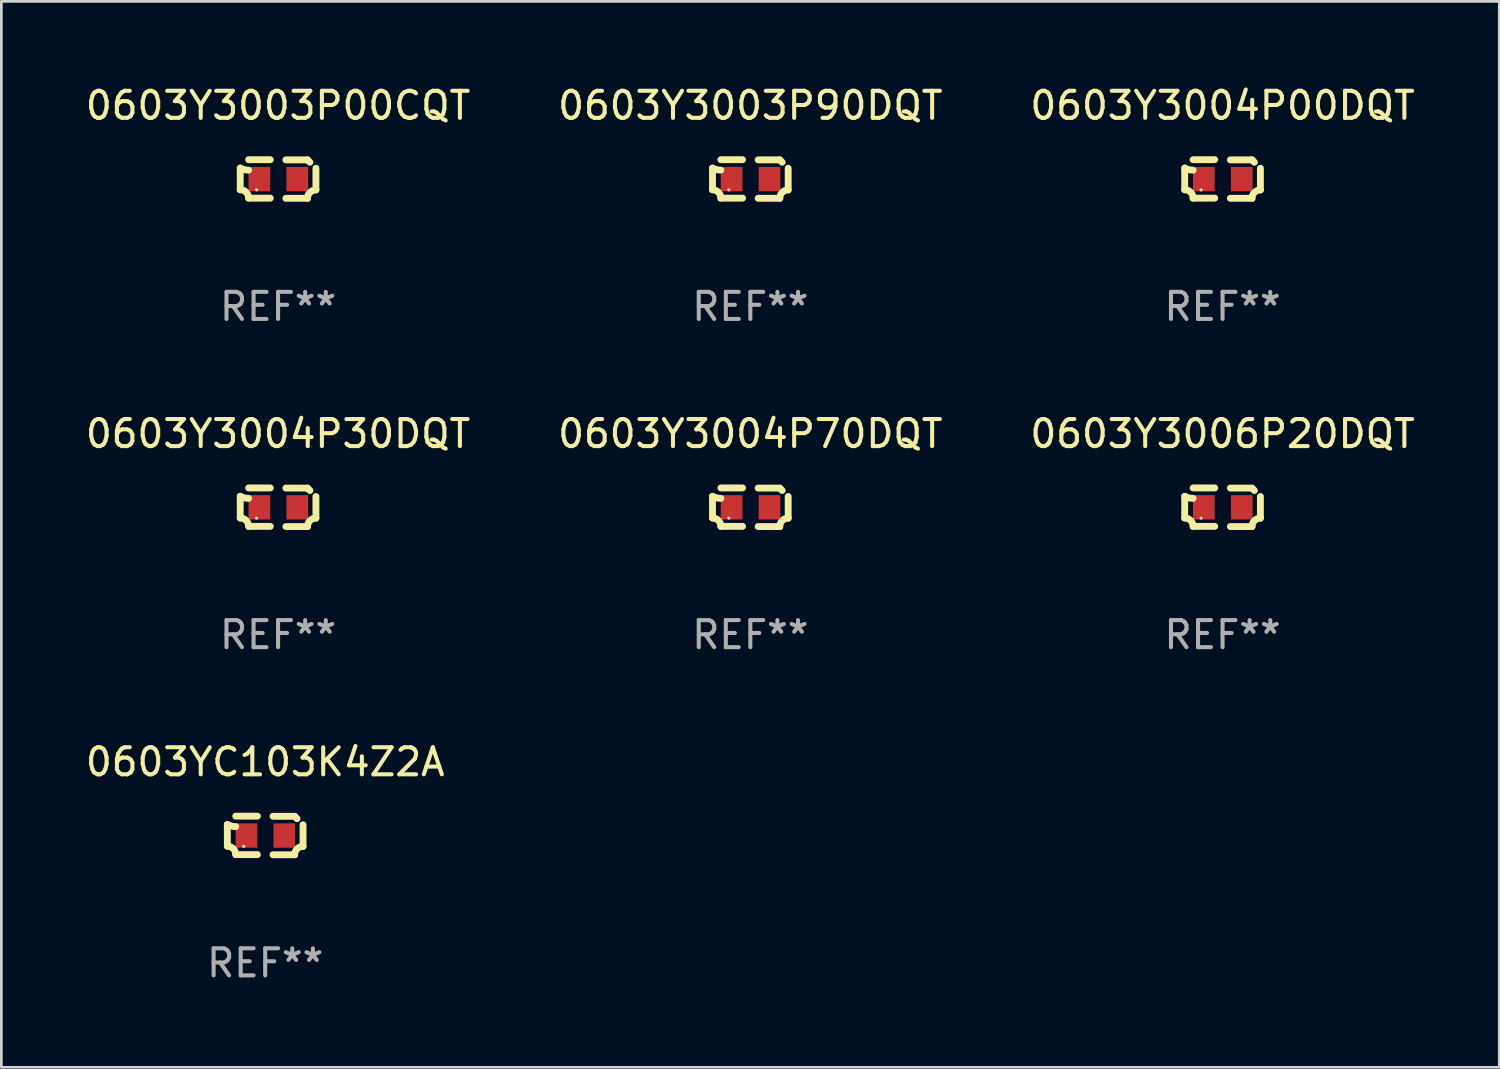
<source format=kicad_pcb>
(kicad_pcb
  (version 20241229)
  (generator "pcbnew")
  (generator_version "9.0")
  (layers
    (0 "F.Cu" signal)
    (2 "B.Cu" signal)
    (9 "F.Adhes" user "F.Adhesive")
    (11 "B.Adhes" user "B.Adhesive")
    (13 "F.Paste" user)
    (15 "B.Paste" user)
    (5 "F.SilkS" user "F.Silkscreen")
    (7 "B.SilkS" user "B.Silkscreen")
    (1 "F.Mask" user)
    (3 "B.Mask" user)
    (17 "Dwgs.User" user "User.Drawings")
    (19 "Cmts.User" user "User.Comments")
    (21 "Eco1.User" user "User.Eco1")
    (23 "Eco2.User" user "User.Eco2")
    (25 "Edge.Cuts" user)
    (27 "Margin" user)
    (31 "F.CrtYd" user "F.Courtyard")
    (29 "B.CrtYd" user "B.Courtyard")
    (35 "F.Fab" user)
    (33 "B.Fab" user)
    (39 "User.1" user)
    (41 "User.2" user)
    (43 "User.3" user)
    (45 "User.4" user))
  (footprint "0603Y3003P90DQT"
    (layer "F.Cu")
    (at 24.661 3.561)
    (property "Reference" "0603Y3003P90DQT" (at 0 -2.713 0) (layer "F.SilkS") (effects (font (size 1 1) (thickness 0.15))))
    (attr through_hole)
    (fp_line (start -1.398 -0.403) (end -1.398 0.397) (stroke (width 0.254) (type solid)) (layer "F.SilkS"))
    (fp_line (start -0.288 -0.713) (end -1.088 -0.713) (stroke (width 0.254) (type solid)) (layer "F.SilkS"))
    (fp_line (start -0.288 0.707) (end -1.088 0.707) (stroke (width 0.254) (type solid)) (layer "F.SilkS"))
    (fp_line (start 0.288 -0.707) (end 1.088 -0.707) (stroke (width 0.254) (type solid)) (layer "F.SilkS"))
    (fp_line (start 0.288 0.713) (end 1.088 0.713) (stroke (width 0.254) (type solid)) (layer "F.SilkS"))
    (fp_line (start 1.398 -0.397) (end 1.398 0.403) (stroke (width 0.254) (type solid)) (layer "F.SilkS"))
    (fp_arc (start -1.397789 0.397066) (mid -1.178701 0.487826) (end -1.08796 0.706922) (stroke (width 0.254001) (type solid)) (layer "F.SilkS"))
    (fp_arc (start -1.08796 -0.327176) (mid -1.247436 -0.346384) (end -1.39779 -0.402908) (stroke (width 0.254001) (type solid)) (layer "F.SilkS"))
    (fp_arc (start 1.087909 0.712738) (mid 1.178656 0.493655) (end 1.397739 0.402908) (stroke (width 0.254001) (type solid)) (layer "F.SilkS"))
    (fp_arc (start 1.175925 -0.618926) (mid 1.131917 -0.662923) (end 1.08791 -0.706922) (stroke (width 0.254001) (type solid)) (layer "F.SilkS"))
    (fp_circle (center -0.792 0.403) (end -0.762 0.403) (stroke (width 0.06) (type solid)) (fill no) (layer "F.SilkS"))
    (fp_text user "REF**" (at 0 4.713 0) (layer "F.Fab") (effects (font (size 1 1) (thickness 0.15))))
    (pad "1" smd rect (at -0.692 0.003) (size 0.8 0.9) (layers "F.Cu" "F.Mask" "F.Paste"))
    (pad "2" smd rect (at 0.708 0.003) (size 0.8 0.9) (layers "F.Cu" "F.Mask" "F.Paste")))
  (footprint "0603Y3004P70DQT"
    (layer "F.Cu")
    (at 24.661 15.683)
    (property "Reference" "0603Y3004P70DQT" (at 0 -2.713 0) (layer "F.SilkS") (effects (font (size 1 1) (thickness 0.15))))
    (attr through_hole)
    (fp_line (start -1.398 -0.403) (end -1.398 0.397) (stroke (width 0.254) (type solid)) (layer "F.SilkS"))
    (fp_line (start -0.288 -0.713) (end -1.088 -0.713) (stroke (width 0.254) (type solid)) (layer "F.SilkS"))
    (fp_line (start -0.288 0.707) (end -1.088 0.707) (stroke (width 0.254) (type solid)) (layer "F.SilkS"))
    (fp_line (start 0.288 -0.707) (end 1.088 -0.707) (stroke (width 0.254) (type solid)) (layer "F.SilkS"))
    (fp_line (start 0.288 0.713) (end 1.088 0.713) (stroke (width 0.254) (type solid)) (layer "F.SilkS"))
    (fp_line (start 1.398 -0.397) (end 1.398 0.403) (stroke (width 0.254) (type solid)) (layer "F.SilkS"))
    (fp_arc (start -1.397789 0.397066) (mid -1.178701 0.487826) (end -1.08796 0.706922) (stroke (width 0.254001) (type solid)) (layer "F.SilkS"))
    (fp_arc (start -1.08796 -0.327176) (mid -1.247436 -0.346384) (end -1.39779 -0.402908) (stroke (width 0.254001) (type solid)) (layer "F.SilkS"))
    (fp_arc (start 1.087909 0.712738) (mid 1.178656 0.493655) (end 1.397739 0.402908) (stroke (width 0.254001) (type solid)) (layer "F.SilkS"))
    (fp_arc (start 1.175925 -0.618926) (mid 1.131917 -0.662923) (end 1.08791 -0.706922) (stroke (width 0.254001) (type solid)) (layer "F.SilkS"))
    (fp_circle (center -0.792 0.403) (end -0.762 0.403) (stroke (width 0.06) (type solid)) (fill no) (layer "F.SilkS"))
    (fp_text user "REF**" (at 0 4.713 0) (layer "F.Fab") (effects (font (size 1 1) (thickness 0.15))))
    (pad "1" smd rect (at -0.692 0.003) (size 0.8 0.9) (layers "F.Cu" "F.Mask" "F.Paste"))
    (pad "2" smd rect (at 0.708 0.003) (size 0.8 0.9) (layers "F.Cu" "F.Mask" "F.Paste")))
  (footprint "0603YC103K4Z2A"
    (layer "F.Cu")
    (at 6.744 27.805)
    (property "Reference" "0603YC103K4Z2A" (at 0 -2.713 0) (layer "F.SilkS") (effects (font (size 1 1) (thickness 0.15))))
    (attr through_hole)
    (fp_line (start -1.398 -0.403) (end -1.398 0.397) (stroke (width 0.254) (type solid)) (layer "F.SilkS"))
    (fp_line (start -0.288 -0.713) (end -1.088 -0.713) (stroke (width 0.254) (type solid)) (layer "F.SilkS"))
    (fp_line (start -0.288 0.707) (end -1.088 0.707) (stroke (width 0.254) (type solid)) (layer "F.SilkS"))
    (fp_line (start 0.288 -0.707) (end 1.088 -0.707) (stroke (width 0.254) (type solid)) (layer "F.SilkS"))
    (fp_line (start 0.288 0.713) (end 1.088 0.713) (stroke (width 0.254) (type solid)) (layer "F.SilkS"))
    (fp_line (start 1.398 -0.397) (end 1.398 0.403) (stroke (width 0.254) (type solid)) (layer "F.SilkS"))
    (fp_arc (start -1.397789 0.397066) (mid -1.178701 0.487826) (end -1.08796 0.706922) (stroke (width 0.254001) (type solid)) (layer "F.SilkS"))
    (fp_arc (start -1.08796 -0.327176) (mid -1.247436 -0.346384) (end -1.39779 -0.402908) (stroke (width 0.254001) (type solid)) (layer "F.SilkS"))
    (fp_arc (start 1.087909 0.712738) (mid 1.178656 0.493655) (end 1.397739 0.402908) (stroke (width 0.254001) (type solid)) (layer "F.SilkS"))
    (fp_arc (start 1.175925 -0.618926) (mid 1.131917 -0.662923) (end 1.08791 -0.706922) (stroke (width 0.254001) (type solid)) (layer "F.SilkS"))
    (fp_circle (center -0.792 0.403) (end -0.762 0.403) (stroke (width 0.06) (type solid)) (fill no) (layer "F.SilkS"))
    (fp_text user "REF**" (at 0 4.713 0) (layer "F.Fab") (effects (font (size 1 1) (thickness 0.15))))
    (pad "1" smd rect (at -0.692 0.003) (size 0.8 0.9) (layers "F.Cu" "F.Mask" "F.Paste"))
    (pad "2" smd rect (at 0.708 0.003) (size 0.8 0.9) (layers "F.Cu" "F.Mask" "F.Paste")))
  (footprint "0603Y3006P20DQT"
    (layer "F.Cu")
    (at 42.101 15.683)
    (property "Reference" "0603Y3006P20DQT" (at 0 -2.713 0) (layer "F.SilkS") (effects (font (size 1 1) (thickness 0.15))))
    (attr through_hole)
    (fp_line (start -1.398 -0.403) (end -1.398 0.397) (stroke (width 0.254) (type solid)) (layer "F.SilkS"))
    (fp_line (start -0.288 -0.713) (end -1.088 -0.713) (stroke (width 0.254) (type solid)) (layer "F.SilkS"))
    (fp_line (start -0.288 0.707) (end -1.088 0.707) (stroke (width 0.254) (type solid)) (layer "F.SilkS"))
    (fp_line (start 0.288 -0.707) (end 1.088 -0.707) (stroke (width 0.254) (type solid)) (layer "F.SilkS"))
    (fp_line (start 0.288 0.713) (end 1.088 0.713) (stroke (width 0.254) (type solid)) (layer "F.SilkS"))
    (fp_line (start 1.398 -0.397) (end 1.398 0.403) (stroke (width 0.254) (type solid)) (layer "F.SilkS"))
    (fp_arc (start -1.397789 0.397066) (mid -1.178701 0.487826) (end -1.08796 0.706922) (stroke (width 0.254001) (type solid)) (layer "F.SilkS"))
    (fp_arc (start -1.08796 -0.327176) (mid -1.247436 -0.346384) (end -1.39779 -0.402908) (stroke (width 0.254001) (type solid)) (layer "F.SilkS"))
    (fp_arc (start 1.087909 0.712738) (mid 1.178656 0.493655) (end 1.397739 0.402908) (stroke (width 0.254001) (type solid)) (layer "F.SilkS"))
    (fp_arc (start 1.175925 -0.618926) (mid 1.131917 -0.662923) (end 1.08791 -0.706922) (stroke (width 0.254001) (type solid)) (layer "F.SilkS"))
    (fp_circle (center -0.792 0.403) (end -0.762 0.403) (stroke (width 0.06) (type solid)) (fill no) (layer "F.SilkS"))
    (fp_text user "REF**" (at 0 4.713 0) (layer "F.Fab") (effects (font (size 1 1) (thickness 0.15))))
    (pad "1" smd rect (at -0.692 0.003) (size 0.8 0.9) (layers "F.Cu" "F.Mask" "F.Paste"))
    (pad "2" smd rect (at 0.708 0.003) (size 0.8 0.9) (layers "F.Cu" "F.Mask" "F.Paste")))
  (footprint "0603Y3004P30DQT"
    (layer "F.Cu")
    (at 7.22 15.683)
    (property "Reference" "0603Y3004P30DQT" (at 0 -2.713 0) (layer "F.SilkS") (effects (font (size 1 1) (thickness 0.15))))
    (attr through_hole)
    (fp_line (start -1.398 -0.403) (end -1.398 0.397) (stroke (width 0.254) (type solid)) (layer "F.SilkS"))
    (fp_line (start -0.288 -0.713) (end -1.088 -0.713) (stroke (width 0.254) (type solid)) (layer "F.SilkS"))
    (fp_line (start -0.288 0.707) (end -1.088 0.707) (stroke (width 0.254) (type solid)) (layer "F.SilkS"))
    (fp_line (start 0.288 -0.707) (end 1.088 -0.707) (stroke (width 0.254) (type solid)) (layer "F.SilkS"))
    (fp_line (start 0.288 0.713) (end 1.088 0.713) (stroke (width 0.254) (type solid)) (layer "F.SilkS"))
    (fp_line (start 1.398 -0.397) (end 1.398 0.403) (stroke (width 0.254) (type solid)) (layer "F.SilkS"))
    (fp_arc (start -1.397789 0.397066) (mid -1.178701 0.487826) (end -1.08796 0.706922) (stroke (width 0.254001) (type solid)) (layer "F.SilkS"))
    (fp_arc (start -1.08796 -0.327176) (mid -1.247436 -0.346384) (end -1.39779 -0.402908) (stroke (width 0.254001) (type solid)) (layer "F.SilkS"))
    (fp_arc (start 1.087909 0.712738) (mid 1.178656 0.493655) (end 1.397739 0.402908) (stroke (width 0.254001) (type solid)) (layer "F.SilkS"))
    (fp_arc (start 1.175925 -0.618926) (mid 1.131917 -0.662923) (end 1.08791 -0.706922) (stroke (width 0.254001) (type solid)) (layer "F.SilkS"))
    (fp_circle (center -0.792 0.403) (end -0.762 0.403) (stroke (width 0.06) (type solid)) (fill no) (layer "F.SilkS"))
    (fp_text user "REF**" (at 0 4.713 0) (layer "F.Fab") (effects (font (size 1 1) (thickness 0.15))))
    (pad "1" smd rect (at -0.692 0.003) (size 0.8 0.9) (layers "F.Cu" "F.Mask" "F.Paste"))
    (pad "2" smd rect (at 0.708 0.003) (size 0.8 0.9) (layers "F.Cu" "F.Mask" "F.Paste")))
  (footprint "0603Y3004P00DQT"
    (layer "F.Cu")
    (at 42.101 3.561)
    (property "Reference" "0603Y3004P00DQT" (at 0 -2.713 0) (layer "F.SilkS") (effects (font (size 1 1) (thickness 0.15))))
    (attr through_hole)
    (fp_line (start -1.398 -0.403) (end -1.398 0.397) (stroke (width 0.254) (type solid)) (layer "F.SilkS"))
    (fp_line (start -0.288 -0.713) (end -1.088 -0.713) (stroke (width 0.254) (type solid)) (layer "F.SilkS"))
    (fp_line (start -0.288 0.707) (end -1.088 0.707) (stroke (width 0.254) (type solid)) (layer "F.SilkS"))
    (fp_line (start 0.288 -0.707) (end 1.088 -0.707) (stroke (width 0.254) (type solid)) (layer "F.SilkS"))
    (fp_line (start 0.288 0.713) (end 1.088 0.713) (stroke (width 0.254) (type solid)) (layer "F.SilkS"))
    (fp_line (start 1.398 -0.397) (end 1.398 0.403) (stroke (width 0.254) (type solid)) (layer "F.SilkS"))
    (fp_arc (start -1.397789 0.397066) (mid -1.178701 0.487826) (end -1.08796 0.706922) (stroke (width 0.254001) (type solid)) (layer "F.SilkS"))
    (fp_arc (start -1.08796 -0.327176) (mid -1.247436 -0.346384) (end -1.39779 -0.402908) (stroke (width 0.254001) (type solid)) (layer "F.SilkS"))
    (fp_arc (start 1.087909 0.712738) (mid 1.178656 0.493655) (end 1.397739 0.402908) (stroke (width 0.254001) (type solid)) (layer "F.SilkS"))
    (fp_arc (start 1.175925 -0.618926) (mid 1.131917 -0.662923) (end 1.08791 -0.706922) (stroke (width 0.254001) (type solid)) (layer "F.SilkS"))
    (fp_circle (center -0.792 0.403) (end -0.762 0.403) (stroke (width 0.06) (type solid)) (fill no) (layer "F.SilkS"))
    (fp_text user "REF**" (at 0 4.713 0) (layer "F.Fab") (effects (font (size 1 1) (thickness 0.15))))
    (pad "1" smd rect (at -0.692 0.003) (size 0.8 0.9) (layers "F.Cu" "F.Mask" "F.Paste"))
    (pad "2" smd rect (at 0.708 0.003) (size 0.8 0.9) (layers "F.Cu" "F.Mask" "F.Paste")))
  (footprint "0603Y3003P00CQT"
    (layer "F.Cu")
    (at 7.22 3.561)
    (property "Reference" "0603Y3003P00CQT" (at 0 -2.713 0) (layer "F.SilkS") (effects (font (size 1 1) (thickness 0.15))))
    (attr through_hole)
    (fp_line (start -1.398 -0.403) (end -1.398 0.397) (stroke (width 0.254) (type solid)) (layer "F.SilkS"))
    (fp_line (start -0.288 -0.713) (end -1.088 -0.713) (stroke (width 0.254) (type solid)) (layer "F.SilkS"))
    (fp_line (start -0.288 0.707) (end -1.088 0.707) (stroke (width 0.254) (type solid)) (layer "F.SilkS"))
    (fp_line (start 0.288 -0.707) (end 1.088 -0.707) (stroke (width 0.254) (type solid)) (layer "F.SilkS"))
    (fp_line (start 0.288 0.713) (end 1.088 0.713) (stroke (width 0.254) (type solid)) (layer "F.SilkS"))
    (fp_line (start 1.398 -0.397) (end 1.398 0.403) (stroke (width 0.254) (type solid)) (layer "F.SilkS"))
    (fp_arc (start -1.397789 0.397066) (mid -1.178701 0.487826) (end -1.08796 0.706922) (stroke (width 0.254001) (type solid)) (layer "F.SilkS"))
    (fp_arc (start -1.08796 -0.327176) (mid -1.247436 -0.346384) (end -1.39779 -0.402908) (stroke (width 0.254001) (type solid)) (layer "F.SilkS"))
    (fp_arc (start 1.087909 0.712738) (mid 1.178656 0.493655) (end 1.397739 0.402908) (stroke (width 0.254001) (type solid)) (layer "F.SilkS"))
    (fp_arc (start 1.175925 -0.618926) (mid 1.131917 -0.662923) (end 1.08791 -0.706922) (stroke (width 0.254001) (type solid)) (layer "F.SilkS"))
    (fp_circle (center -0.792 0.403) (end -0.762 0.403) (stroke (width 0.06) (type solid)) (fill no) (layer "F.SilkS"))
    (fp_text user "REF**" (at 0 4.713 0) (layer "F.Fab") (effects (font (size 1 1) (thickness 0.15))))
    (pad "1" smd rect (at -0.692 0.003) (size 0.8 0.9) (layers "F.Cu" "F.Mask" "F.Paste"))
    (pad "2" smd rect (at 0.708 0.003) (size 0.8 0.9) (layers "F.Cu" "F.Mask" "F.Paste")))
  (gr_rect
    (start -3 -3)
    (end 52.321 36.366)
    (stroke (width 0.1) (type default))
    (fill no)
    (layer "Edge.Cuts")))
</source>
